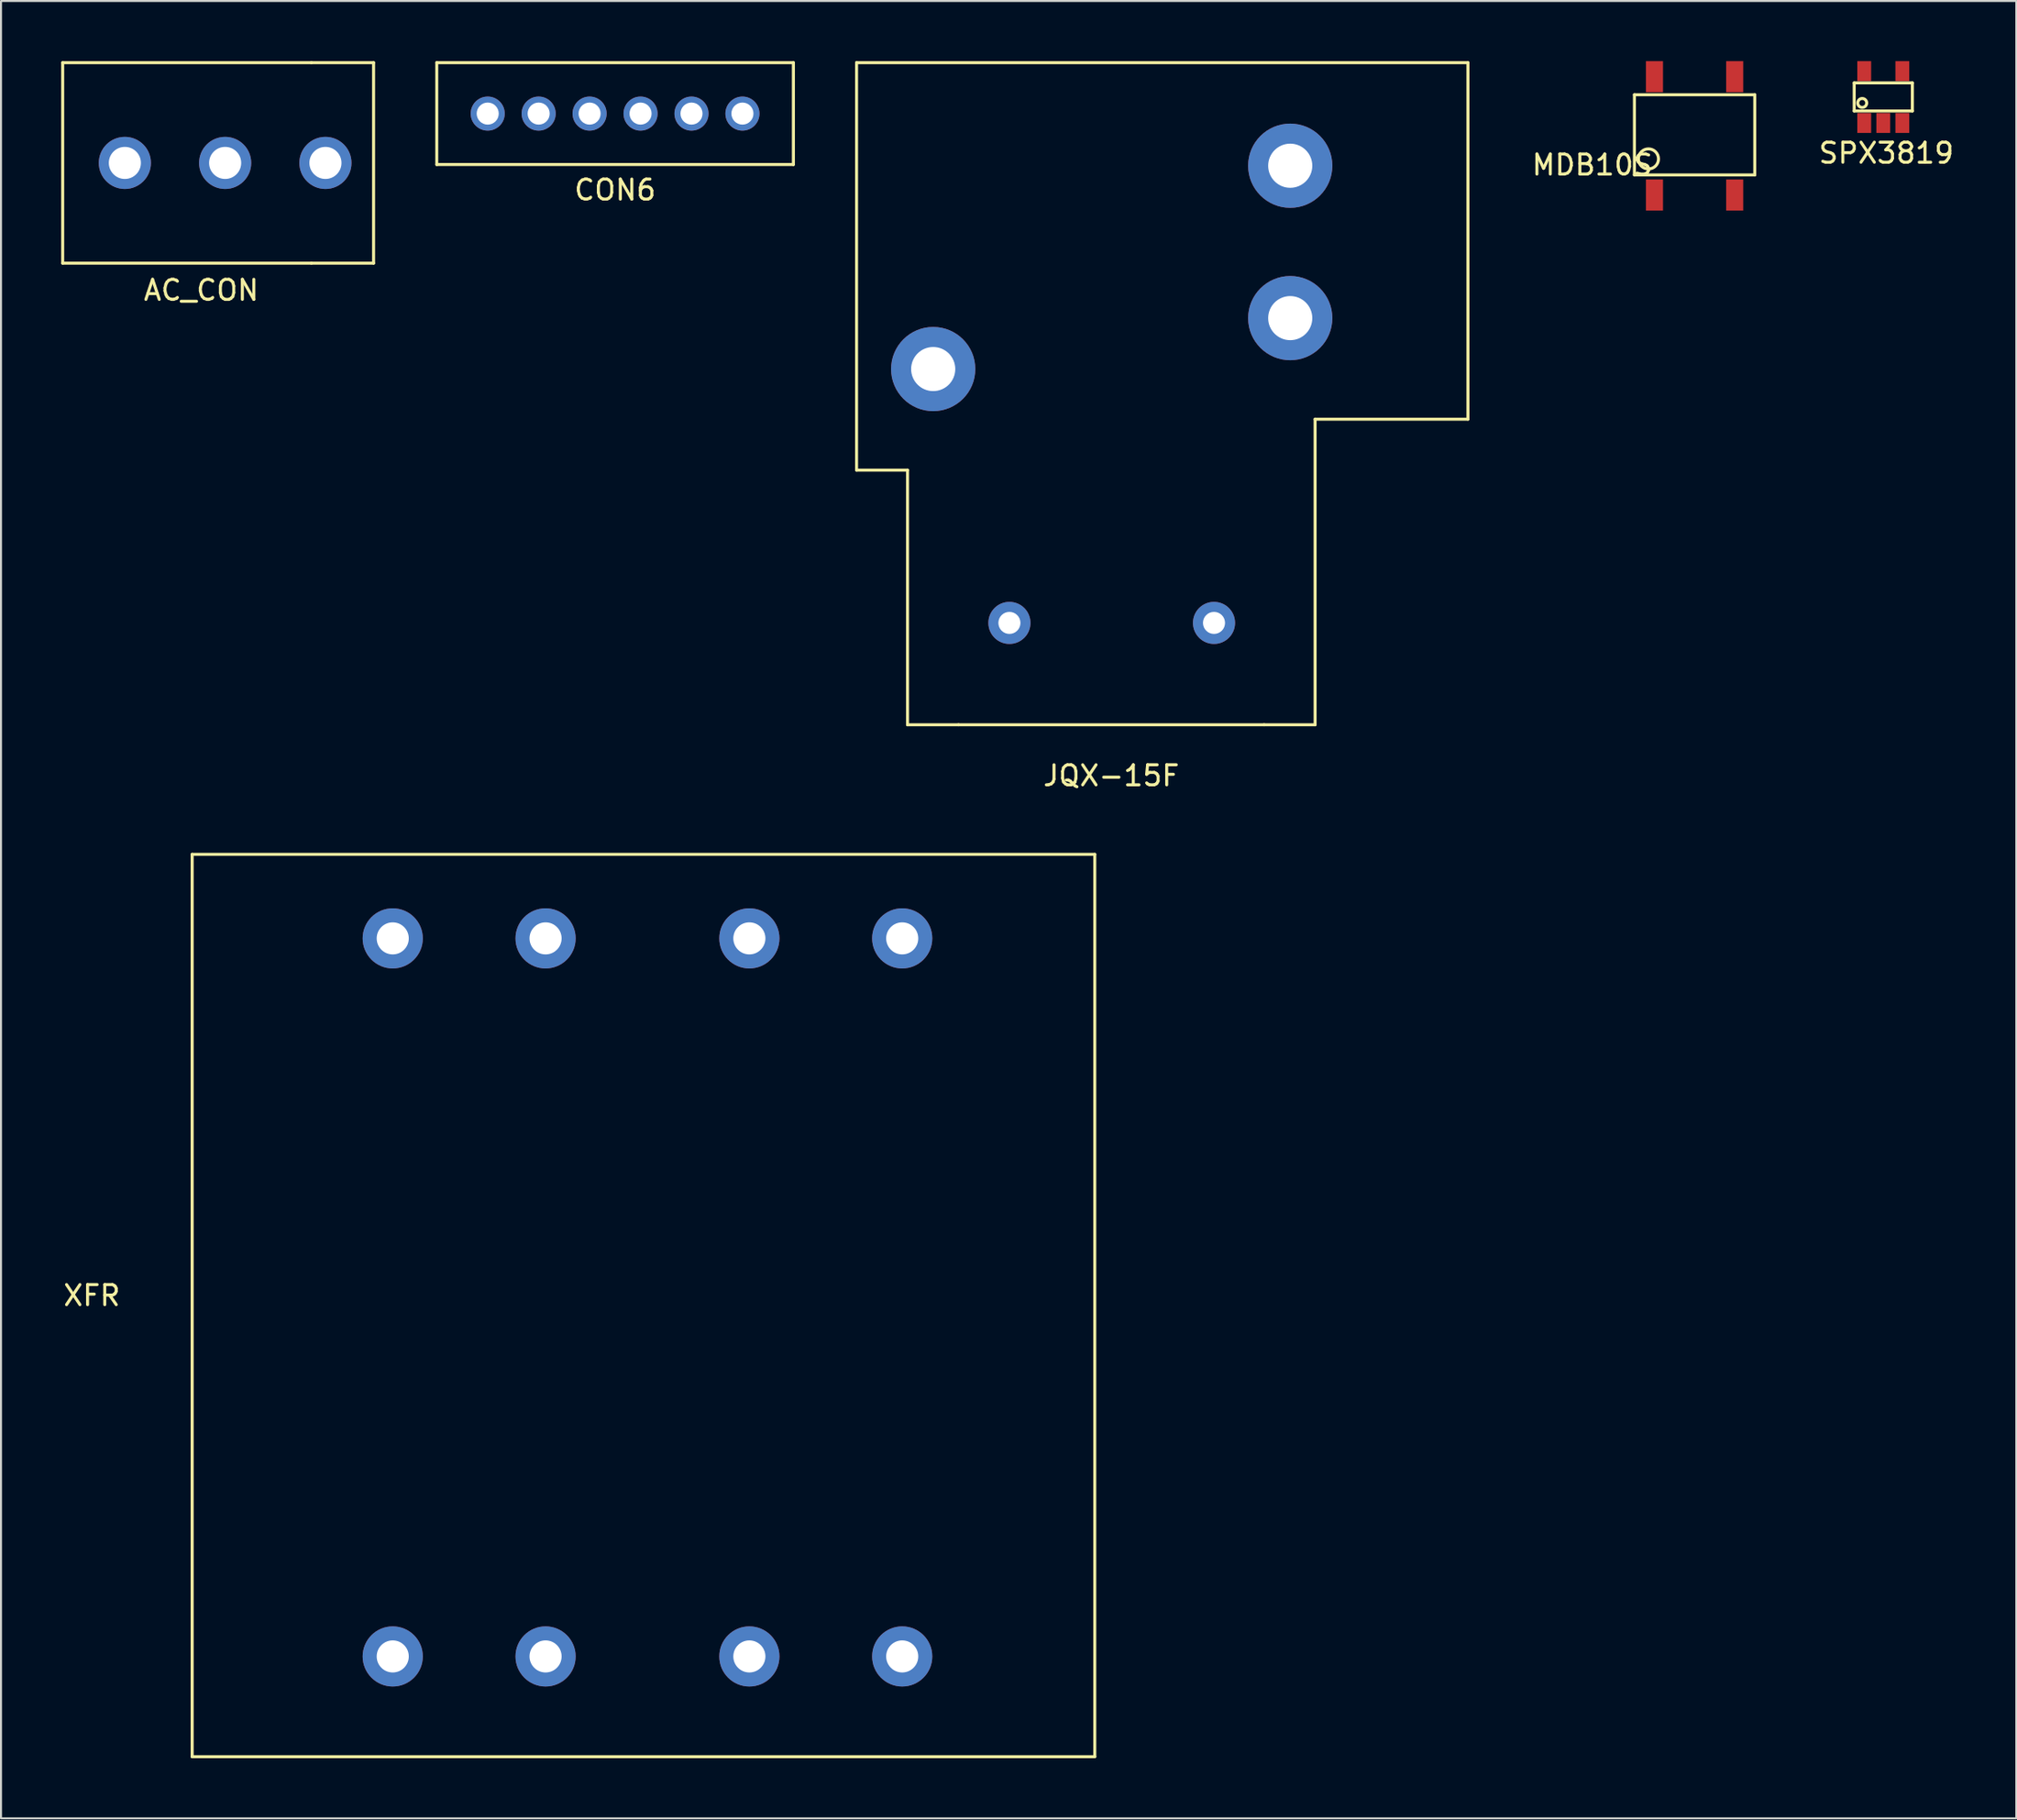
<source format=kicad_pcb>
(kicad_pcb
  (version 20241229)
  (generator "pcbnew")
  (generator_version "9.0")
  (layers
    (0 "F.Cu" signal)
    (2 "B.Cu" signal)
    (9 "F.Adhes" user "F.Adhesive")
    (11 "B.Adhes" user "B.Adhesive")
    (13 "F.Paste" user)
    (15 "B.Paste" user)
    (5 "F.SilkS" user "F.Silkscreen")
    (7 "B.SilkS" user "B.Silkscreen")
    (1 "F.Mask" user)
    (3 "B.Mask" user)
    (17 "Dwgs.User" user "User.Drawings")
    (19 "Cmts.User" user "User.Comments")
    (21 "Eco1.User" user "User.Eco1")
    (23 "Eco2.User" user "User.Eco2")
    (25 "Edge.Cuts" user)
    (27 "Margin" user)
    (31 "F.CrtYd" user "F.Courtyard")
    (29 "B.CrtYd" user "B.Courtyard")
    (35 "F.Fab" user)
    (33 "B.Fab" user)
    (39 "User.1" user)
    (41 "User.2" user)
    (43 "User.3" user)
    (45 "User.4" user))
  (footprint "SPX3819"
    (layer "F.Cu")
    (at 89.892 3.085)
    (property "Reference" "SPX3819" (at 1.1 1.5 0) (layer "F.SilkS") (effects (font (size 1 1) (thickness 0.15))))
    (attr through_hole)
    (fp_line (start -0.5 -2) (end -0.5 -0.6) (stroke (width 0.15) (type solid)) (layer "F.SilkS"))
    (fp_line (start -0.5 -0.6) (end 2.4 -0.6) (stroke (width 0.15) (type solid)) (layer "F.SilkS"))
    (fp_line (start 2.4 -2) (end -0.5 -2) (stroke (width 0.15) (type solid)) (layer "F.SilkS"))
    (fp_line (start 2.4 -0.6) (end 2.4 -2) (stroke (width 0.15) (type solid)) (layer "F.SilkS"))
    (fp_circle (center -0.1 -1) (end 0.1 -0.9) (stroke (width 0.15) (type solid)) (fill no) (layer "F.SilkS"))
    (pad "1" smd rect (at 0 0) (size 0.69 0.99) (layers "F.Cu" "F.Mask" "F.Paste"))
    (pad "2" smd rect (at 0.95 0) (size 0.69 0.99) (layers "F.Cu" "F.Mask" "F.Paste"))
    (pad "3" smd rect (at 1.9 0) (size 0.69 0.99) (layers "F.Cu" "F.Mask" "F.Paste"))
    (pad "4" smd rect (at 1.9 -2.59) (size 0.69 0.99) (layers "F.Cu" "F.Mask" "F.Paste"))
    (pad "5" smd rect (at 0 -2.59) (size 0.69 0.99) (layers "F.Cu" "F.Mask" "F.Paste")))
  (footprint "AC_CON"
    (layer "F.Cu")
    (at 3.175 5.075)
    (property "Reference" "AC_CON" (at 3.81 6.35 0) (layer "F.SilkS") (effects (font (size 1 1) (thickness 0.15))))
    (attr through_hole)
    (fp_line (start -3.1 -5) (end -3.1 5) (stroke (width 0.15) (type solid)) (layer "F.SilkS"))
    (fp_line (start -3.1 -5) (end 9.3 -5) (stroke (width 0.15) (type solid)) (layer "F.SilkS"))
    (fp_line (start -3.1 5) (end 9.3 5) (stroke (width 0.15) (type solid)) (layer "F.SilkS"))
    (fp_line (start 9.3 -5) (end 12.4 -5) (stroke (width 0.15) (type solid)) (layer "F.SilkS"))
    (fp_line (start 12.4 -5) (end 12.4 5) (stroke (width 0.15) (type solid)) (layer "F.SilkS"))
    (fp_line (start 12.4 5) (end 9.3 5) (stroke (width 0.15) (type solid)) (layer "F.SilkS"))
    (pad "1" thru_hole circle (at 0 0) (size 2.6 2.6) (drill 1.6) (layers "*.Cu" "*.Mask"))
    (pad "2" thru_hole circle (at 5 0) (size 2.6 2.6) (drill 1.6) (layers "*.Cu" "*.Mask"))
    (pad "3" thru_hole circle (at 10 0) (size 2.6 2.6) (drill 1.6) (layers "*.Cu" "*.Mask")))
  (footprint "CON6"
    (layer "F.Cu")
    (at 21.265 2.615)
    (property "Reference" "CON6" (at 6.35 3.81 0) (layer "F.SilkS") (effects (font (size 1 1) (thickness 0.15))))
    (attr through_hole)
    (fp_line (start -2.54 -2.54) (end -2.54 2.54) (stroke (width 0.15) (type solid)) (layer "F.SilkS"))
    (fp_line (start -2.54 2.54) (end 15.24 2.54) (stroke (width 0.15) (type solid)) (layer "F.SilkS"))
    (fp_line (start 15.24 -2.54) (end -2.54 -2.54) (stroke (width 0.15) (type solid)) (layer "F.SilkS"))
    (fp_line (start 15.24 2.54) (end 15.24 -2.54) (stroke (width 0.15) (type solid)) (layer "F.SilkS"))
    (pad "1" thru_hole circle (at 0 0) (size 1.7 1.7) (drill 1.1) (layers "*.Cu" "*.Mask"))
    (pad "2" thru_hole circle (at 2.54 0) (size 1.7 1.7) (drill 1.1) (layers "*.Cu" "*.Mask"))
    (pad "3" thru_hole circle (at 5.08 0) (size 1.7 1.7) (drill 1.1) (layers "*.Cu" "*.Mask"))
    (pad "4" thru_hole circle (at 7.62 0) (size 1.7 1.7) (drill 1.1) (layers "*.Cu" "*.Mask"))
    (pad "5" thru_hole circle (at 10.16 0) (size 1.7 1.7) (drill 1.1) (layers "*.Cu" "*.Mask"))
    (pad "6" thru_hole circle (at 12.7 0) (size 1.7 1.7) (drill 1.1) (layers "*.Cu" "*.Mask")))
  (footprint "JQX-15F"
    (layer "F.Cu")
    (at 47.275 28.015)
    (property "Reference" "JQX-15F" (at 5.08 7.62 0) (layer "F.SilkS") (effects (font (size 1 1) (thickness 0.15))))
    (attr through_hole)
    (fp_line (start -7.62 -27.94) (end -7.62 -7.62) (stroke (width 0.15) (type solid)) (layer "F.SilkS"))
    (fp_line (start -7.62 -7.62) (end -5.08 -7.62) (stroke (width 0.15) (type solid)) (layer "F.SilkS"))
    (fp_line (start -5.08 -7.62) (end -5.08 5.08) (stroke (width 0.15) (type solid)) (layer "F.SilkS"))
    (fp_line (start -5.08 5.08) (end -2.54 5.08) (stroke (width 0.15) (type solid)) (layer "F.SilkS"))
    (fp_line (start -2.54 5.08) (end 12.7 5.08) (stroke (width 0.15) (type solid)) (layer "F.SilkS"))
    (fp_line (start 12.7 5.08) (end 15.24 5.08) (stroke (width 0.15) (type solid)) (layer "F.SilkS"))
    (fp_line (start 15.24 5.08) (end 15.24 -10.16) (stroke (width 0.15) (type solid)) (layer "F.SilkS"))
    (fp_line (start 22.86 -27.94) (end -7.62 -27.94) (stroke (width 0.15) (type solid)) (layer "F.SilkS"))
    (fp_line (start 22.86 -10.16) (end 15.24 -10.16) (stroke (width 0.15) (type solid)) (layer "F.SilkS"))
    (fp_line (start 22.86 -10.16) (end 22.86 -27.94) (stroke (width 0.15) (type solid)) (layer "F.SilkS"))
    (pad "1" thru_hole circle (at 0 0) (size 2.1 2.1) (drill 1.1) (layers "*.Cu" "*.Mask"))
    (pad "2" thru_hole circle (at 10.2 0) (size 2.1 2.1) (drill 1.1) (layers "*.Cu" "*.Mask"))
    (pad "3" thru_hole circle (at -3.8 -12.66) (size 4.2 4.2) (drill 2.2) (layers "*.Cu" "*.Mask"))
    (pad "4" thru_hole circle (at 14 -15.2) (size 4.2 4.2) (drill 2.2) (layers "*.Cu" "*.Mask"))
    (pad "5" thru_hole circle (at 14 -22.8) (size 4.2 4.2) (drill 2.2) (layers "*.Cu" "*.Mask")))
  (footprint "XFR"
    (layer "F.Cu")
    (at 16.53 79.558)
    (property "Reference" "XFR" (at -15 -18 0) (layer "F.SilkS") (effects (font (size 1 1) (thickness 0.15))))
    (attr through_hole)
    (fp_line (start -10 -40) (end -10 5) (stroke (width 0.15) (type solid)) (layer "F.SilkS"))
    (fp_line (start -10 5) (end 35 5) (stroke (width 0.15) (type solid)) (layer "F.SilkS"))
    (fp_line (start 35 -40) (end -10 -40) (stroke (width 0.15) (type solid)) (layer "F.SilkS"))
    (fp_line (start 35 5) (end 35 -40) (stroke (width 0.15) (type solid)) (layer "F.SilkS"))
    (pad "1" thru_hole circle (at 0 0) (size 3 3) (drill 1.6) (layers "*.Cu" "*.Mask"))
    (pad "2" thru_hole circle (at 7.62 0) (size 3 3) (drill 1.6) (layers "*.Cu" "*.Mask"))
    (pad "3" thru_hole circle (at 17.78 0) (size 3 3) (drill 1.6) (layers "*.Cu" "*.Mask"))
    (pad "4" thru_hole circle (at 25.4 0) (size 3 3) (drill 1.6) (layers "*.Cu" "*.Mask"))
    (pad "5" thru_hole circle (at 0 -35.81) (size 3 3) (drill 1.6) (layers "*.Cu" "*.Mask"))
    (pad "6" thru_hole circle (at 7.62 -35.81) (size 3 3) (drill 1.6) (layers "*.Cu" "*.Mask"))
    (pad "7" thru_hole circle (at 17.78 -35.81) (size 3 3) (drill 1.6) (layers "*.Cu" "*.Mask"))
    (pad "8" thru_hole circle (at 25.4 -35.81) (size 3 3) (drill 1.6) (layers "*.Cu" "*.Mask")))
  (footprint "MDB10S"
    (layer "F.Cu")
    (at 79.435 6.675)
    (property "Reference" "MDB10S" (at -3.1 -1.5 0) (layer "F.SilkS") (effects (font (size 1 1) (thickness 0.15))))
    (attr through_hole)
    (fp_line (start -1 -5) (end 5 -5) (stroke (width 0.15) (type solid)) (layer "F.SilkS"))
    (fp_line (start -1 -1) (end -1 -5) (stroke (width 0.15) (type solid)) (layer "F.SilkS"))
    (fp_line (start 5 -5) (end 5 -1) (stroke (width 0.15) (type solid)) (layer "F.SilkS"))
    (fp_line (start 5 -1) (end -1 -1) (stroke (width 0.15) (type solid)) (layer "F.SilkS"))
    (fp_circle (center -0.3 -1.8) (end 0.2 -1.8) (stroke (width 0.15) (type solid)) (fill no) (layer "F.SilkS"))
    (pad "1" smd rect (at 0 0) (size 0.85 1.55) (layers "F.Cu" "F.Mask" "F.Paste"))
    (pad "2" smd rect (at 4 0) (size 0.85 1.55) (layers "F.Cu" "F.Mask" "F.Paste"))
    (pad "3" smd rect (at 4 -5.9) (size 0.85 1.55) (layers "F.Cu" "F.Mask" "F.Paste"))
    (pad "4" smd rect (at 0 -5.9) (size 0.85 1.55) (layers "F.Cu" "F.Mask" "F.Paste")))
  (gr_rect
    (start -3 -3)
    (end 97.474 87.633)
    (stroke (width 0.1) (type default))
    (fill no)
    (layer "Edge.Cuts")))
</source>
